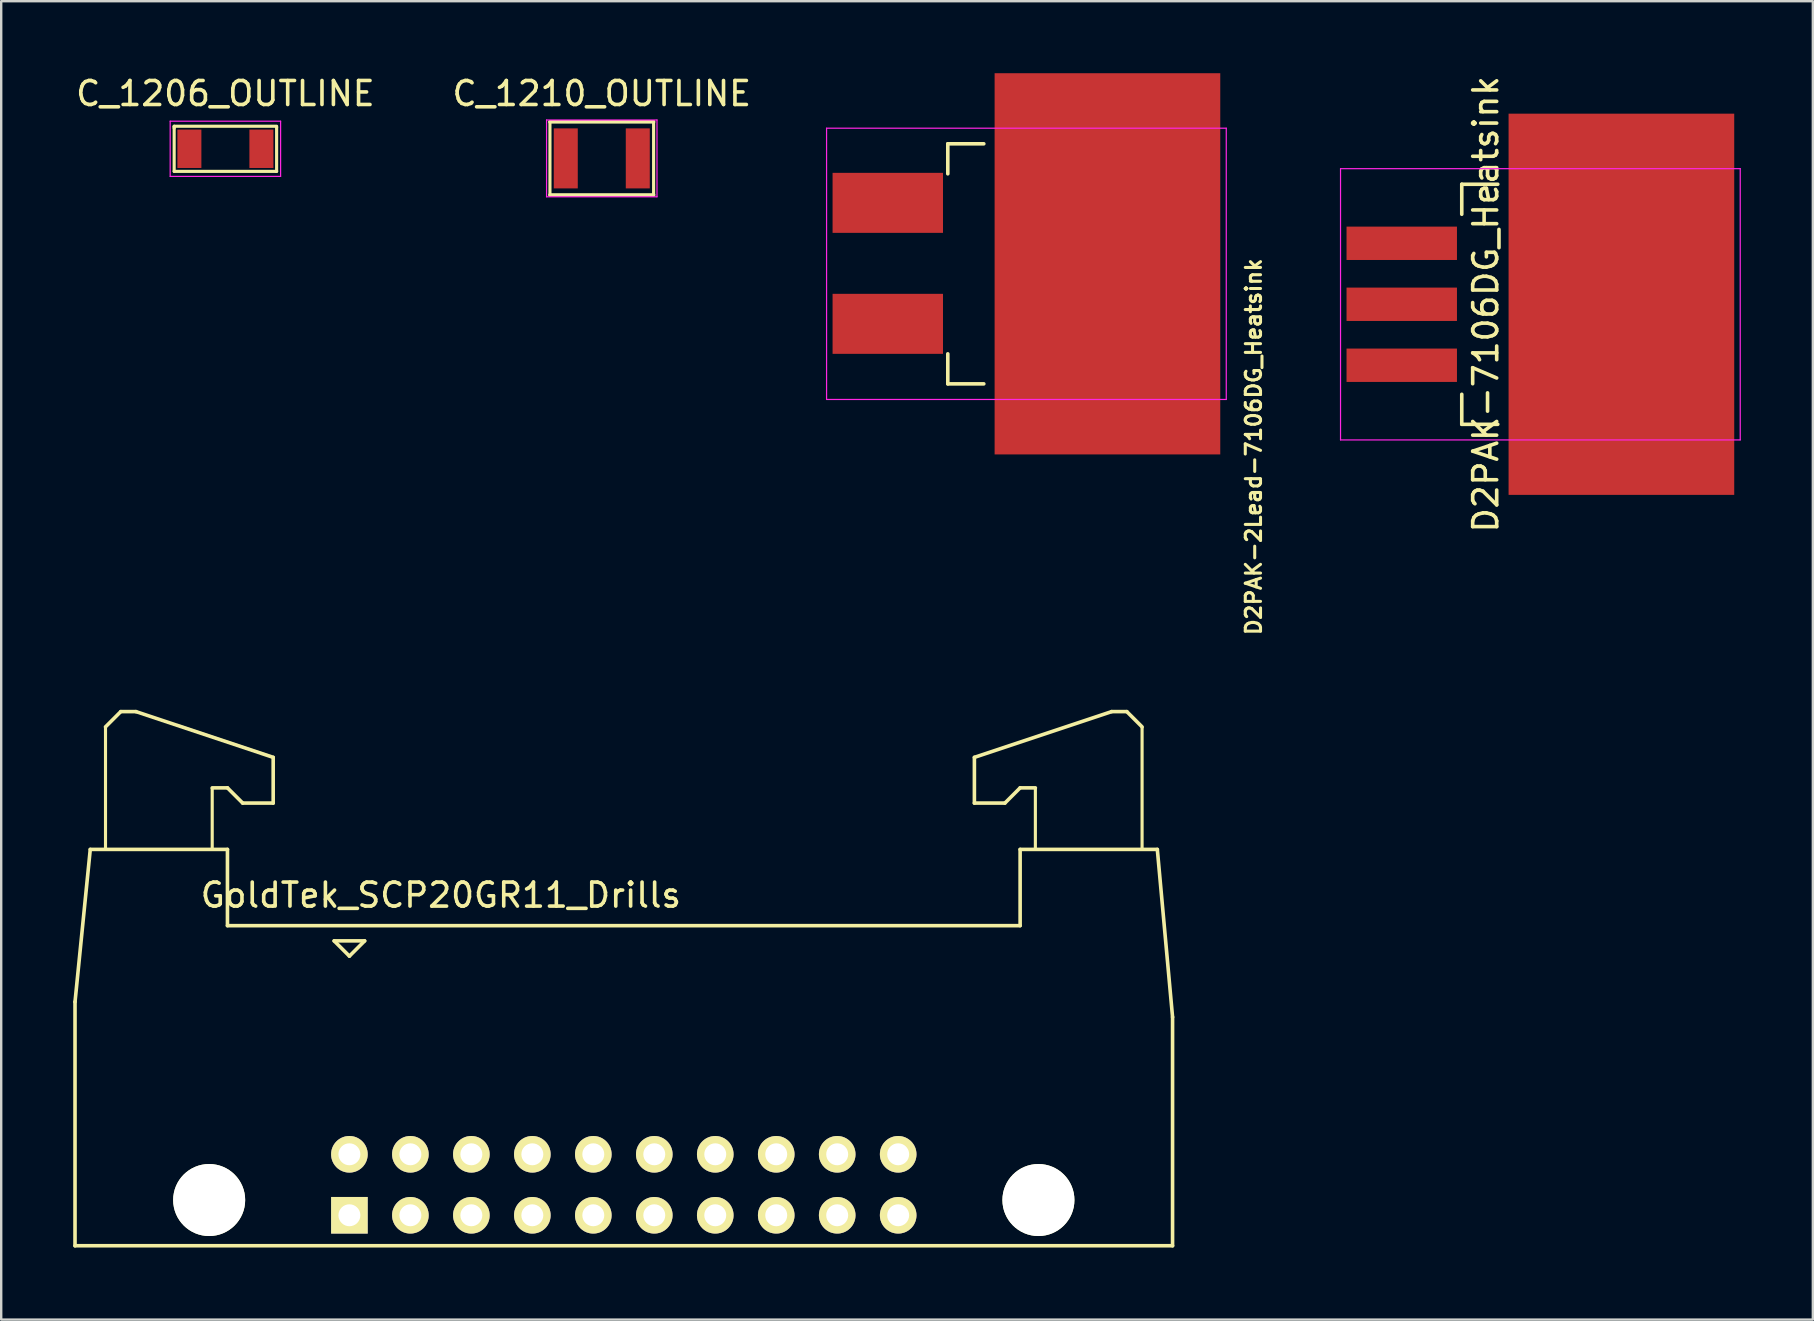
<source format=kicad_pcb>
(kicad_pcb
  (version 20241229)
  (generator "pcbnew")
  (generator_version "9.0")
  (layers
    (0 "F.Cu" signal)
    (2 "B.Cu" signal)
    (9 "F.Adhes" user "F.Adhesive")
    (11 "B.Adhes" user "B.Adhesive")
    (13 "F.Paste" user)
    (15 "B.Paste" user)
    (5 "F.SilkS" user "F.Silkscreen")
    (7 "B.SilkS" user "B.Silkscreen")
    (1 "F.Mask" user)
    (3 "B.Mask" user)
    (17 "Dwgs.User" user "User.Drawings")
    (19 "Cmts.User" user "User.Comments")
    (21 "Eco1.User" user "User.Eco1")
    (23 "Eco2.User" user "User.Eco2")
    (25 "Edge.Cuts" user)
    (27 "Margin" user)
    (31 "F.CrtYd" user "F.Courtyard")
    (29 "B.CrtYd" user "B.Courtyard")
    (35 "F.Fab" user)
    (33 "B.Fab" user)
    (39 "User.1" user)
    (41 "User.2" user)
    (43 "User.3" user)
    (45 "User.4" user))
  (footprint "D2PAK-7106DG_Heatsink"
    (layer "F.Cu")
    (at 55.342 9.625)
    (property "Reference" "D2PAK-7106DG_Heatsink" (at 3.5 0 90) (layer "F.SilkS") (effects (font (size 1 1) (thickness 0.15))))
    (attr smd)
    (fp_line (start 2.5 -5) (end 2.5 -3.75) (stroke (width 0.15) (type solid)) (layer "F.SilkS"))
    (fp_line (start 2.5 -5) (end 4 -5) (stroke (width 0.15) (type solid)) (layer "F.SilkS"))
    (fp_line (start 2.5 5) (end 2.5 3.75) (stroke (width 0.15) (type solid)) (layer "F.SilkS"))
    (fp_line (start 2.5 5) (end 4 5) (stroke (width 0.15) (type solid)) (layer "F.SilkS"))
    (fp_line (start -2.55 -5.65) (end -2.55 5.65) (stroke (width 0.05) (type solid)) (layer "F.CrtYd"))
    (fp_line (start 14.1 -5.65) (end -2.55 -5.65) (stroke (width 0.05) (type solid)) (layer "F.CrtYd"))
    (fp_line (start 14.1 -5.65) (end 14.1 5.65) (stroke (width 0.05) (type solid)) (layer "F.CrtYd"))
    (fp_line (start 14.1 5.65) (end -2.55 5.65) (stroke (width 0.05) (type solid)) (layer "F.CrtYd"))
    (pad "1" smd rect (at 0 -2.54) (size 4.6 1.39) (layers "F.Cu" "F.Mask" "F.Paste"))
    (pad "2" smd rect (at 0 0) (size 4.6 1.39) (layers "F.Cu" "F.Mask" "F.Paste"))
    (pad "3" smd rect (at 0 2.54) (size 4.6 1.39) (layers "F.Cu" "F.Mask" "F.Paste"))
    (pad "4" smd rect (at 9.15 0) (size 9.4 15.88) (layers "F.Cu" "F.Mask" "F.Paste")))
  (footprint "C_1206_OUTLINE"
    (layer "F.Cu")
    (at 6.339 3.148)
    (property "Reference" "C_1206_OUTLINE" (at 0 -2.3 0) (layer "F.SilkS") (effects (font (size 1 1) (thickness 0.15))))
    (attr smd)
    (fp_line (start -2.134 -0.94) (end -2.134 -0.864) (stroke (width 0.13) (type solid)) (layer "F.SilkS"))
    (fp_line (start -2.134 -0.94) (end 2.134 -0.94) (stroke (width 0.13) (type solid)) (layer "F.SilkS"))
    (fp_line (start -2.134 -0.914) (end -2.134 0.94) (stroke (width 0.13) (type solid)) (layer "F.SilkS"))
    (fp_line (start -2.134 0.94) (end 2.108 0.94) (stroke (width 0.13) (type solid)) (layer "F.SilkS"))
    (fp_line (start 2.108 0.94) (end 2.134 0.94) (stroke (width 0.13) (type solid)) (layer "F.SilkS"))
    (fp_line (start 2.134 -0.889) (end 2.134 -0.914) (stroke (width 0.13) (type solid)) (layer "F.SilkS"))
    (fp_line (start 2.134 0.94) (end 2.134 -0.889) (stroke (width 0.13) (type solid)) (layer "F.SilkS"))
    (fp_line (start -2.3 -1.15) (end -2.3 1.15) (stroke (width 0.05) (type solid)) (layer "F.CrtYd"))
    (fp_line (start -2.3 -1.15) (end 2.3 -1.15) (stroke (width 0.05) (type solid)) (layer "F.CrtYd"))
    (fp_line (start -2.3 1.15) (end 2.3 1.15) (stroke (width 0.05) (type solid)) (layer "F.CrtYd"))
    (fp_line (start 2.3 -1.15) (end 2.3 1.15) (stroke (width 0.05) (type solid)) (layer "F.CrtYd"))
    (pad "1" smd rect (at -1.5 0) (size 1 1.6) (layers "F.Cu" "F.Mask" "F.Paste"))
    (pad "2" smd rect (at 1.5 0) (size 1 1.6) (layers "F.Cu" "F.Mask" "F.Paste")))
  (footprint "C_1210_OUTLINE"
    (layer "F.Cu")
    (at 22.018 3.548)
    (property "Reference" "C_1210_OUTLINE" (at 0 -2.7 0) (layer "F.SilkS") (effects (font (size 1 1) (thickness 0.15))))
    (attr smd)
    (fp_line (start -2.159 -1.524) (end -2.159 1.524) (stroke (width 0.13) (type solid)) (layer "F.SilkS"))
    (fp_line (start -2.159 -1.524) (end 2.159 -1.524) (stroke (width 0.15) (type solid)) (layer "F.SilkS"))
    (fp_line (start -2.159 1.524) (end 2.159 1.524) (stroke (width 0.15) (type solid)) (layer "F.SilkS"))
    (fp_line (start 2.159 -1.524) (end 2.159 1.524) (stroke (width 0.13) (type solid)) (layer "F.SilkS"))
    (fp_line (start -2.3 -1.6) (end -2.3 1.6) (stroke (width 0.05) (type solid)) (layer "F.CrtYd"))
    (fp_line (start -2.3 -1.6) (end 2.3 -1.6) (stroke (width 0.05) (type solid)) (layer "F.CrtYd"))
    (fp_line (start -2.3 1.6) (end 2.3 1.6) (stroke (width 0.05) (type solid)) (layer "F.CrtYd"))
    (fp_line (start 2.3 -1.6) (end 2.3 1.6) (stroke (width 0.05) (type solid)) (layer "F.CrtYd"))
    (pad "1" smd rect (at -1.5 0) (size 1 2.5) (layers "F.Cu" "F.Mask" "F.Paste"))
    (pad "2" smd rect (at 1.5 0) (size 1 2.5) (layers "F.Cu" "F.Mask" "F.Paste")))
  (footprint "D2PAK-2Lead-7106DG_Heatsink"
    (layer "F.Cu")
    (at 33.932 7.94)
    (property "Reference" "D2PAK-2Lead-7106DG_Heatsink" (at 15.24 7.62 270) (layer "F.SilkS") (effects (font (size 0.635 0.635) (thickness 0.127))))
    (attr smd)
    (fp_line (start 2.5 -5) (end 2.5 -3.75) (stroke (width 0.15) (type solid)) (layer "F.SilkS"))
    (fp_line (start 2.5 -5) (end 4 -5) (stroke (width 0.15) (type solid)) (layer "F.SilkS"))
    (fp_line (start 2.5 5) (end 2.5 3.75) (stroke (width 0.15) (type solid)) (layer "F.SilkS"))
    (fp_line (start 2.5 5) (end 4 5) (stroke (width 0.15) (type solid)) (layer "F.SilkS"))
    (fp_line (start -2.55 -5.65) (end -2.55 5.65) (stroke (width 0.05) (type solid)) (layer "F.CrtYd"))
    (fp_line (start 14.1 -5.65) (end -2.55 -5.65) (stroke (width 0.05) (type solid)) (layer "F.CrtYd"))
    (fp_line (start 14.1 -5.65) (end 14.1 5.65) (stroke (width 0.05) (type solid)) (layer "F.CrtYd"))
    (fp_line (start 14.1 5.65) (end -2.55 5.65) (stroke (width 0.05) (type solid)) (layer "F.CrtYd"))
    (pad "1" smd rect (at 0 -2.54) (size 4.6 2.5) (layers "F.Cu" "F.Mask" "F.Paste"))
    (pad "2" smd rect (at 0 2.5) (size 4.6 2.5) (layers "F.Cu" "F.Mask" "F.Paste"))
    (pad "3" smd rect (at 9.15 0) (size 9.4 15.88) (layers "F.Cu" "F.Mask" "F.Paste")))
  (footprint "GoldTek_SCP20GR11_Drills"
    (layer "F.Cu")
    (at 11.505 47.574)
    (property "Reference" "GoldTek_SCP20GR11_Drills" (at 3.81 -13.335 0) (layer "F.SilkS") (effects (font (size 1 1) (thickness 0.15))))
    (attr through_hole)
    (fp_line (start -11.43 -8.89) (end -10.795 -15.24) (stroke (width 0.15) (type solid)) (layer "F.SilkS"))
    (fp_line (start -11.43 1.27) (end -11.43 -8.89) (stroke (width 0.15) (type solid)) (layer "F.SilkS"))
    (fp_line (start -11.43 1.27) (end 34.29 1.27) (stroke (width 0.15) (type solid)) (layer "F.SilkS"))
    (fp_line (start -10.795 -15.24) (end -5.08 -15.24) (stroke (width 0.15) (type solid)) (layer "F.SilkS"))
    (fp_line (start -10.16 -20.345) (end -9.525 -20.98) (stroke (width 0.15) (type solid)) (layer "F.SilkS"))
    (fp_line (start -10.16 -20.32) (end -10.16 -15.24) (stroke (width 0.13) (type solid)) (layer "F.SilkS"))
    (fp_line (start -9.525 -20.98) (end -8.89 -20.98) (stroke (width 0.15) (type solid)) (layer "F.SilkS"))
    (fp_line (start -8.89 -20.98) (end -3.175 -19.075) (stroke (width 0.15) (type solid)) (layer "F.SilkS"))
    (fp_line (start -5.715 -17.78) (end -5.715 -15.24) (stroke (width 0.13) (type solid)) (layer "F.SilkS"))
    (fp_line (start -5.08 -17.805) (end -5.715 -17.805) (stroke (width 0.15) (type solid)) (layer "F.SilkS"))
    (fp_line (start -5.08 -15.24) (end -5.08 -12.065) (stroke (width 0.15) (type solid)) (layer "F.SilkS"))
    (fp_line (start -4.445 -17.17) (end -5.08 -17.805) (stroke (width 0.15) (type solid)) (layer "F.SilkS"))
    (fp_line (start -3.175 -19.075) (end -3.175 -17.17) (stroke (width 0.15) (type solid)) (layer "F.SilkS"))
    (fp_line (start -3.175 -17.17) (end -4.445 -17.17) (stroke (width 0.15) (type solid)) (layer "F.SilkS"))
    (fp_line (start -0.635 -11.43) (end 0.635 -11.43) (stroke (width 0.15) (type solid)) (layer "F.SilkS"))
    (fp_line (start 0 -10.795) (end -0.635 -11.43) (stroke (width 0.15) (type solid)) (layer "F.SilkS"))
    (fp_line (start 0.635 -11.43) (end 0 -10.795) (stroke (width 0.15) (type solid)) (layer "F.SilkS"))
    (fp_line (start 26.035 -19.075) (end 26.035 -17.17) (stroke (width 0.15) (type solid)) (layer "F.SilkS"))
    (fp_line (start 26.035 -17.17) (end 27.305 -17.17) (stroke (width 0.15) (type solid)) (layer "F.SilkS"))
    (fp_line (start 27.305 -17.17) (end 27.94 -17.805) (stroke (width 0.15) (type solid)) (layer "F.SilkS"))
    (fp_line (start 27.94 -17.805) (end 28.575 -17.805) (stroke (width 0.15) (type solid)) (layer "F.SilkS"))
    (fp_line (start 27.94 -15.24) (end 27.94 -12.065) (stroke (width 0.15) (type solid)) (layer "F.SilkS"))
    (fp_line (start 27.94 -12.065) (end -5.08 -12.065) (stroke (width 0.15) (type solid)) (layer "F.SilkS"))
    (fp_line (start 28.575 -17.78) (end 28.575 -15.24) (stroke (width 0.13) (type solid)) (layer "F.SilkS"))
    (fp_line (start 31.75 -20.98) (end 26.035 -19.075) (stroke (width 0.15) (type solid)) (layer "F.SilkS"))
    (fp_line (start 32.385 -20.98) (end 31.75 -20.98) (stroke (width 0.15) (type solid)) (layer "F.SilkS"))
    (fp_line (start 33.02 -20.345) (end 32.385 -20.98) (stroke (width 0.15) (type solid)) (layer "F.SilkS"))
    (fp_line (start 33.02 -20.32) (end 33.02 -15.24) (stroke (width 0.13) (type solid)) (layer "F.SilkS"))
    (fp_line (start 33.655 -15.24) (end 27.94 -15.24) (stroke (width 0.15) (type solid)) (layer "F.SilkS"))
    (fp_line (start 34.29 -8.255) (end 33.655 -15.24) (stroke (width 0.15) (type solid)) (layer "F.SilkS"))
    (fp_line (start 34.29 1.27) (end 34.29 -8.255) (stroke (width 0.15) (type solid)) (layer "F.SilkS"))
    (fp_circle (center -5.842 -0.635) (end -4.445 -0.635) (stroke (width 0.15) (type solid)) (fill no) (layer "F.SilkS"))
    (fp_circle (center 28.702 -0.635) (end 30.099 -0.635) (stroke (width 0.15) (type solid)) (fill no) (layer "F.SilkS"))
    (pad "" np_thru_hole circle (at -5.842 -0.635) (size 3 3) (drill 3) (layers "*.Cu" "*.Mask" "F.SilkS"))
    (pad "" np_thru_hole circle (at 28.702 -0.635) (size 3 3) (drill 3) (layers "*.Cu" "*.Mask" "F.SilkS"))
    (pad "1" thru_hole rect (at 0 0) (size 1.524 1.524) (drill 0.914) (layers "*.Cu" "*.Mask" "F.SilkS"))
    (pad "2" thru_hole circle (at 0 -2.54) (size 1.524 1.524) (drill 0.914) (layers "*.Cu" "*.Mask" "F.SilkS"))
    (pad "3" thru_hole circle (at 2.54 0) (size 1.524 1.524) (drill 0.914) (layers "*.Cu" "*.Mask" "F.SilkS"))
    (pad "4" thru_hole circle (at 2.54 -2.54) (size 1.524 1.524) (drill 0.914) (layers "*.Cu" "*.Mask" "F.SilkS"))
    (pad "5" thru_hole circle (at 5.08 0) (size 1.524 1.524) (drill 0.914) (layers "*.Cu" "*.Mask" "F.SilkS"))
    (pad "6" thru_hole circle (at 5.08 -2.54) (size 1.524 1.524) (drill 0.914) (layers "*.Cu" "*.Mask" "F.SilkS"))
    (pad "7" thru_hole circle (at 7.62 0) (size 1.524 1.524) (drill 0.914) (layers "*.Cu" "*.Mask" "F.SilkS"))
    (pad "8" thru_hole circle (at 7.62 -2.54) (size 1.524 1.524) (drill 0.914) (layers "*.Cu" "*.Mask" "F.SilkS"))
    (pad "9" thru_hole circle (at 10.16 0) (size 1.524 1.524) (drill 0.914) (layers "*.Cu" "*.Mask" "F.SilkS"))
    (pad "10" thru_hole circle (at 10.16 -2.54) (size 1.524 1.524) (drill 0.914) (layers "*.Cu" "*.Mask" "F.SilkS"))
    (pad "11" thru_hole circle (at 12.7 0) (size 1.524 1.524) (drill 0.914) (layers "*.Cu" "*.Mask" "F.SilkS"))
    (pad "12" thru_hole circle (at 12.7 -2.54) (size 1.524 1.524) (drill 0.914) (layers "*.Cu" "*.Mask" "F.SilkS"))
    (pad "13" thru_hole circle (at 15.24 0) (size 1.524 1.524) (drill 0.914) (layers "*.Cu" "*.Mask" "F.SilkS"))
    (pad "14" thru_hole circle (at 15.24 -2.54) (size 1.524 1.524) (drill 0.914) (layers "*.Cu" "*.Mask" "F.SilkS"))
    (pad "15" thru_hole circle (at 17.78 0) (size 1.524 1.524) (drill 0.914) (layers "*.Cu" "*.Mask" "F.SilkS"))
    (pad "16" thru_hole circle (at 17.78 -2.54) (size 1.524 1.524) (drill 0.914) (layers "*.Cu" "*.Mask" "F.SilkS"))
    (pad "17" thru_hole circle (at 20.32 0) (size 1.524 1.524) (drill 0.914) (layers "*.Cu" "*.Mask" "F.SilkS"))
    (pad "18" thru_hole circle (at 20.32 -2.54) (size 1.524 1.524) (drill 0.914) (layers "*.Cu" "*.Mask" "F.SilkS"))
    (pad "19" thru_hole circle (at 22.86 0) (size 1.524 1.524) (drill 0.914) (layers "*.Cu" "*.Mask" "F.SilkS"))
    (pad "20" thru_hole circle (at 22.86 -2.54) (size 1.524 1.524) (drill 0.914) (layers "*.Cu" "*.Mask" "F.SilkS")))
  (gr_rect
    (start -3 -3)
    (end 72.467 51.919)
    (stroke (width 0.1) (type default))
    (fill no)
    (layer "Edge.Cuts")))
</source>
